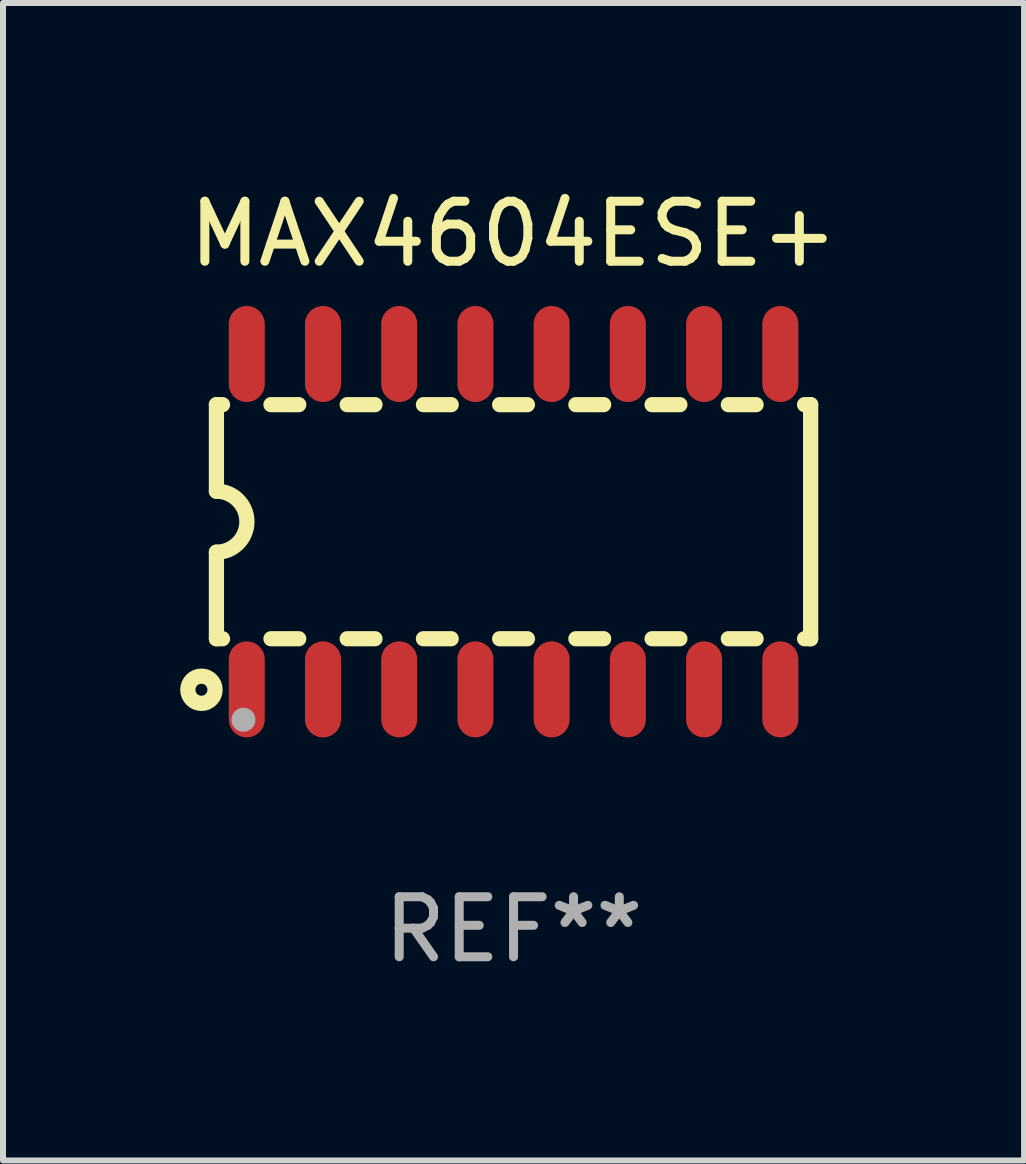
<source format=kicad_pcb>
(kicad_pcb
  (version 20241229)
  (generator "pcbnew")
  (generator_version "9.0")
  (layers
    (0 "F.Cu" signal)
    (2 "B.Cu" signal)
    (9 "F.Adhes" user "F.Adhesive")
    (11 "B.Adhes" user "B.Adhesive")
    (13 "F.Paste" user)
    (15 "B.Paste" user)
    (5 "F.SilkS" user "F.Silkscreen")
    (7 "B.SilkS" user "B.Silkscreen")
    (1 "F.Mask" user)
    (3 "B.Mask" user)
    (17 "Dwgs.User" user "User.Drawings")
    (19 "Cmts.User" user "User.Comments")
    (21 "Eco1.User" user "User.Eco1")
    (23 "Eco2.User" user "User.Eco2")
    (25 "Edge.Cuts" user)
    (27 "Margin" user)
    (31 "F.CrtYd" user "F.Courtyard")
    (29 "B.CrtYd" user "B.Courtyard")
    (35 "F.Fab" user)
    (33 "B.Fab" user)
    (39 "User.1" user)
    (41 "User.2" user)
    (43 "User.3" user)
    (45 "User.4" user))
  (footprint "MAX4604ESE+"
    (layer "F.Cu")
    (at 5.506 5.642)
    (property "Reference" "MAX4604ESE+" (at 0 -4.794 0) (layer "F.SilkS") (effects (font (size 1 1) (thickness 0.15))))
    (attr through_hole)
    (fp_line (start -4.95 -1.95) (end -4.95 -0.508) (stroke (width 0.254) (type solid)) (layer "F.SilkS"))
    (fp_line (start -4.95 -1.95) (end -4.849 -1.95) (stroke (width 0.254) (type solid)) (layer "F.SilkS"))
    (fp_line (start -4.95 1.95) (end -4.95 0.508) (stroke (width 0.254) (type solid)) (layer "F.SilkS"))
    (fp_line (start -4.95 1.95) (end -4.849 1.95) (stroke (width 0.254) (type solid)) (layer "F.SilkS"))
    (fp_line (start -4.041 -1.95) (end -3.579 -1.95) (stroke (width 0.254) (type solid)) (layer "F.SilkS"))
    (fp_line (start -4.041 1.95) (end -3.579 1.95) (stroke (width 0.254) (type solid)) (layer "F.SilkS"))
    (fp_line (start -2.771 -1.95) (end -2.309 -1.95) (stroke (width 0.254) (type solid)) (layer "F.SilkS"))
    (fp_line (start -2.771 1.95) (end -2.309 1.95) (stroke (width 0.254) (type solid)) (layer "F.SilkS"))
    (fp_line (start -1.501 -1.95) (end -1.039 -1.95) (stroke (width 0.254) (type solid)) (layer "F.SilkS"))
    (fp_line (start -1.501 1.95) (end -1.039 1.95) (stroke (width 0.254) (type solid)) (layer "F.SilkS"))
    (fp_line (start -0.231 -1.95) (end 0.231 -1.95) (stroke (width 0.254) (type solid)) (layer "F.SilkS"))
    (fp_line (start -0.231 1.95) (end 0.231 1.95) (stroke (width 0.254) (type solid)) (layer "F.SilkS"))
    (fp_line (start 1.039 -1.95) (end 1.501 -1.95) (stroke (width 0.254) (type solid)) (layer "F.SilkS"))
    (fp_line (start 1.039 1.95) (end 1.501 1.95) (stroke (width 0.254) (type solid)) (layer "F.SilkS"))
    (fp_line (start 2.309 -1.95) (end 2.771 -1.95) (stroke (width 0.254) (type solid)) (layer "F.SilkS"))
    (fp_line (start 2.309 1.95) (end 2.771 1.95) (stroke (width 0.254) (type solid)) (layer "F.SilkS"))
    (fp_line (start 3.579 -1.95) (end 4.041 -1.95) (stroke (width 0.254) (type solid)) (layer "F.SilkS"))
    (fp_line (start 3.579 1.95) (end 4.041 1.95) (stroke (width 0.254) (type solid)) (layer "F.SilkS"))
    (fp_line (start 4.849 -1.95) (end 4.95 -1.95) (stroke (width 0.254) (type solid)) (layer "F.SilkS"))
    (fp_line (start 4.849 1.95) (end 4.95 1.95) (stroke (width 0.254) (type solid)) (layer "F.SilkS"))
    (fp_line (start 4.95 -1.95) (end 4.95 1.95) (stroke (width 0.254) (type solid)) (layer "F.SilkS"))
    (fp_arc (start -4.95047 -0.508001) (mid -4.442469 -0.000228) (end -4.950013 0.508001) (stroke (width 0.254001) (type solid)) (layer "F.SilkS"))
    (fp_circle (center -5.2 2.8) (end -5.1 2.8) (stroke (width 0.254) (type solid)) (fill no) (layer "F.SilkS"))
    (fp_circle (center -4.95 2.947) (end -4.92 2.947) (stroke (width 0.06) (type solid)) (fill no) (layer "F.SilkS"))
    (fp_circle (center -4.5 3.3) (end -4.4 3.3) (stroke (width 0.2) (type solid)) (fill no) (layer "F.Fab"))
    (fp_text user "REF**" (at 0 6.794 0) (layer "F.Fab") (effects (font (size 1 1) (thickness 0.15))))
    (pad "1" smd oval (at -4.445 2.794) (size 0.6 1.6) (layers "F.Cu" "F.Mask" "F.Paste"))
    (pad "2" smd oval (at -3.175 2.794) (size 0.6 1.6) (layers "F.Cu" "F.Mask" "F.Paste"))
    (pad "3" smd oval (at -1.905 2.794) (size 0.6 1.6) (layers "F.Cu" "F.Mask" "F.Paste"))
    (pad "4" smd oval (at -0.635 2.794) (size 0.6 1.6) (layers "F.Cu" "F.Mask" "F.Paste"))
    (pad "5" smd oval (at 0.635 2.794) (size 0.6 1.6) (layers "F.Cu" "F.Mask" "F.Paste"))
    (pad "6" smd oval (at 1.905 2.794) (size 0.6 1.6) (layers "F.Cu" "F.Mask" "F.Paste"))
    (pad "7" smd oval (at 3.175 2.794) (size 0.6 1.6) (layers "F.Cu" "F.Mask" "F.Paste"))
    (pad "8" smd oval (at 4.445 2.794) (size 0.6 1.6) (layers "F.Cu" "F.Mask" "F.Paste"))
    (pad "9" smd oval (at 4.445 -2.794) (size 0.6 1.6) (layers "F.Cu" "F.Mask" "F.Paste"))
    (pad "10" smd oval (at 3.175 -2.794) (size 0.6 1.6) (layers "F.Cu" "F.Mask" "F.Paste"))
    (pad "11" smd oval (at 1.905 -2.794) (size 0.6 1.6) (layers "F.Cu" "F.Mask" "F.Paste"))
    (pad "12" smd oval (at 0.635 -2.794) (size 0.6 1.6) (layers "F.Cu" "F.Mask" "F.Paste"))
    (pad "13" smd oval (at -0.635 -2.794) (size 0.6 1.6) (layers "F.Cu" "F.Mask" "F.Paste"))
    (pad "14" smd oval (at -1.905 -2.794) (size 0.6 1.6) (layers "F.Cu" "F.Mask" "F.Paste"))
    (pad "15" smd oval (at -3.175 -2.794) (size 0.6 1.6) (layers "F.Cu" "F.Mask" "F.Paste"))
    (pad "16" smd oval (at -4.445 -2.794) (size 0.6 1.6) (layers "F.Cu" "F.Mask" "F.Paste")))
  (gr_rect
    (start -3 -3)
    (end 14.012 16.285)
    (stroke (width 0.1) (type default))
    (fill no)
    (layer "Edge.Cuts")))
</source>
